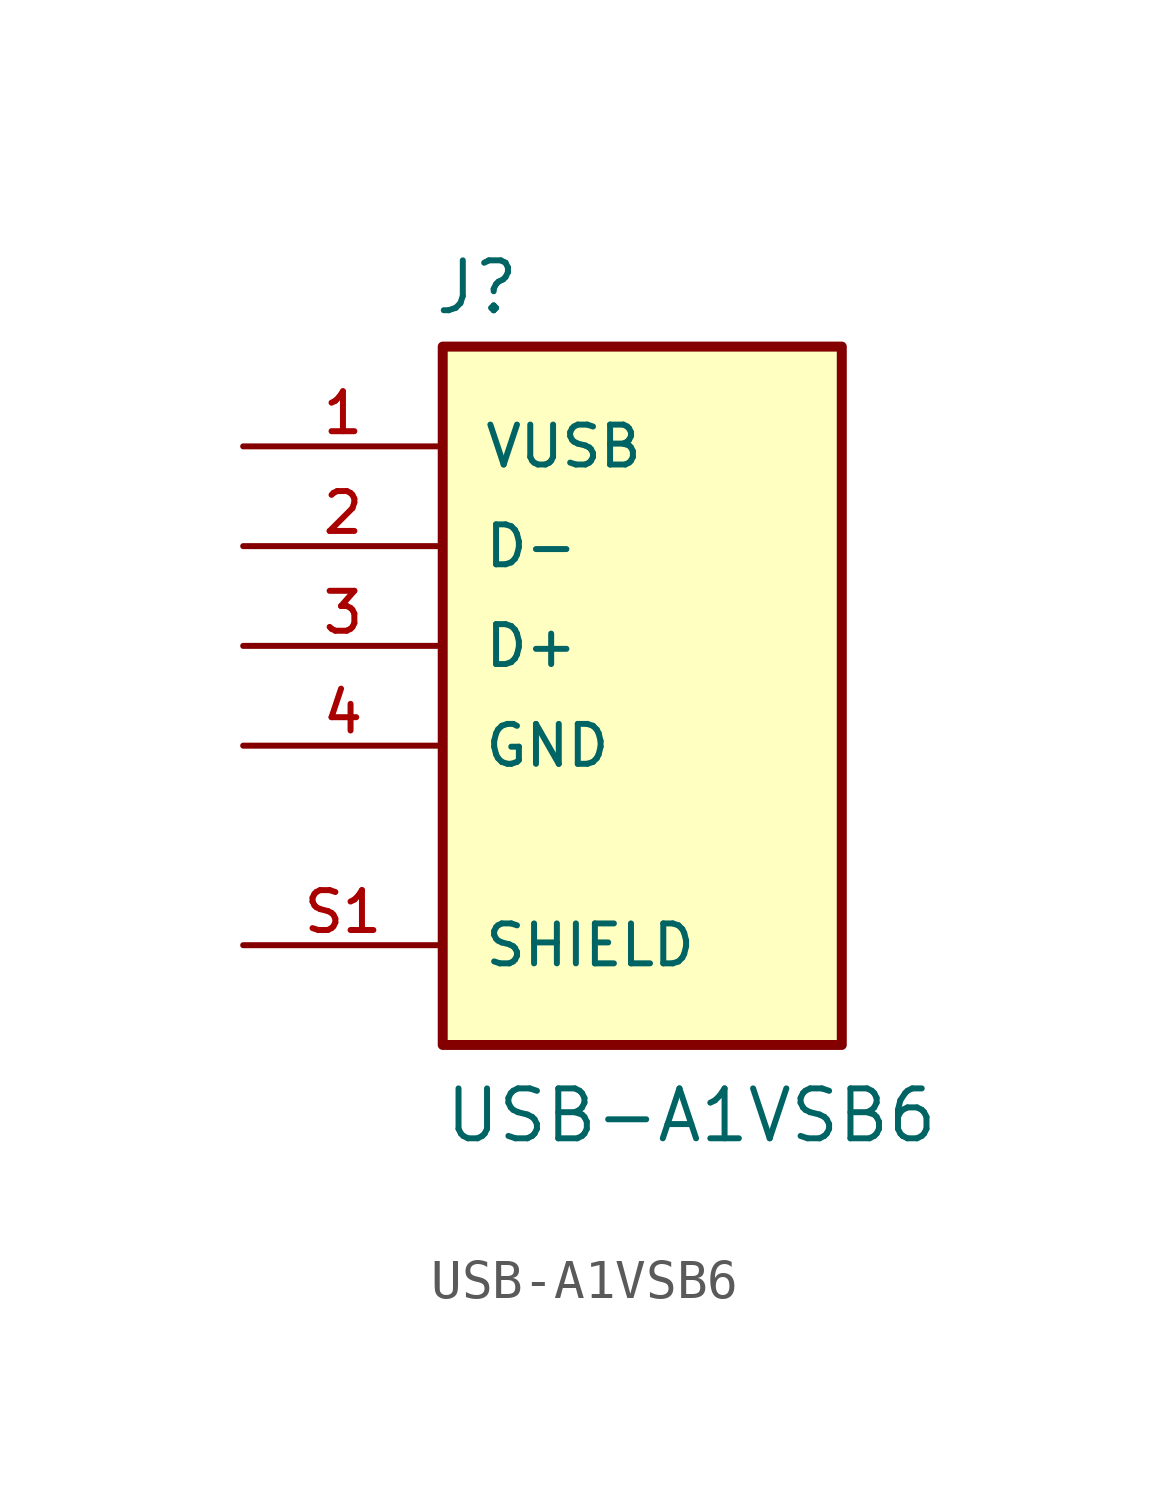
<source format=kicad_sym>
(kicad_symbol_lib
  (version 20211014)
  (generator kicad_symbol_editor)
  (symbol "USB-A1VSB6"
    (pin_names
      (offset 1.016))
    (property "Reference" "J"
      (at -5.334 8.382 0)
      (effects (font (size 1.27 1.27)) (justify bottom left)))
    (property "Value" "USB-A1VSB6"
      (at -5.08 -12.7 0)
      (effects (font (size 1.27 1.27)) (justify bottom left)))
    (symbol "USB-A1VSB6_0_0"
      (rectangle (start -5.08 -10.16) (end 5.08 7.62) (stroke (width 0.254)) (fill (type background)))
      (pin passive line (at -10.16 5.08 0) (length 5.08) (name "VUSB" (effects (font (size 1.016 1.016)))) (number "1" (effects (font (size 1.016 1.016)))))
      (pin passive line (at -10.16 2.54 0) (length 5.08) (name "D-" (effects (font (size 1.016 1.016)))) (number "2" (effects (font (size 1.016 1.016)))))
      (pin passive line (at -10.16 0.0 0) (length 5.08) (name "D+" (effects (font (size 1.016 1.016)))) (number "3" (effects (font (size 1.016 1.016)))))
      (pin passive line (at -10.16 -2.54 0) (length 5.08) (name "GND" (effects (font (size 1.016 1.016)))) (number "4" (effects (font (size 1.016 1.016)))))
      (pin passive line (at -10.16 -7.62 0) (length 5.08) (name "SHIELD" (effects (font (size 1.016 1.016)))) (number "S1" (effects (font (size 1.016 1.016)))))
      (pin passive line (at -10.16 -7.62 0) (length 5.08) hide (name "SHIELD" (effects (font (size 1.016 1.016)))) (number "S2" (effects (font (size 1.016 1.016))))))))
</source>
